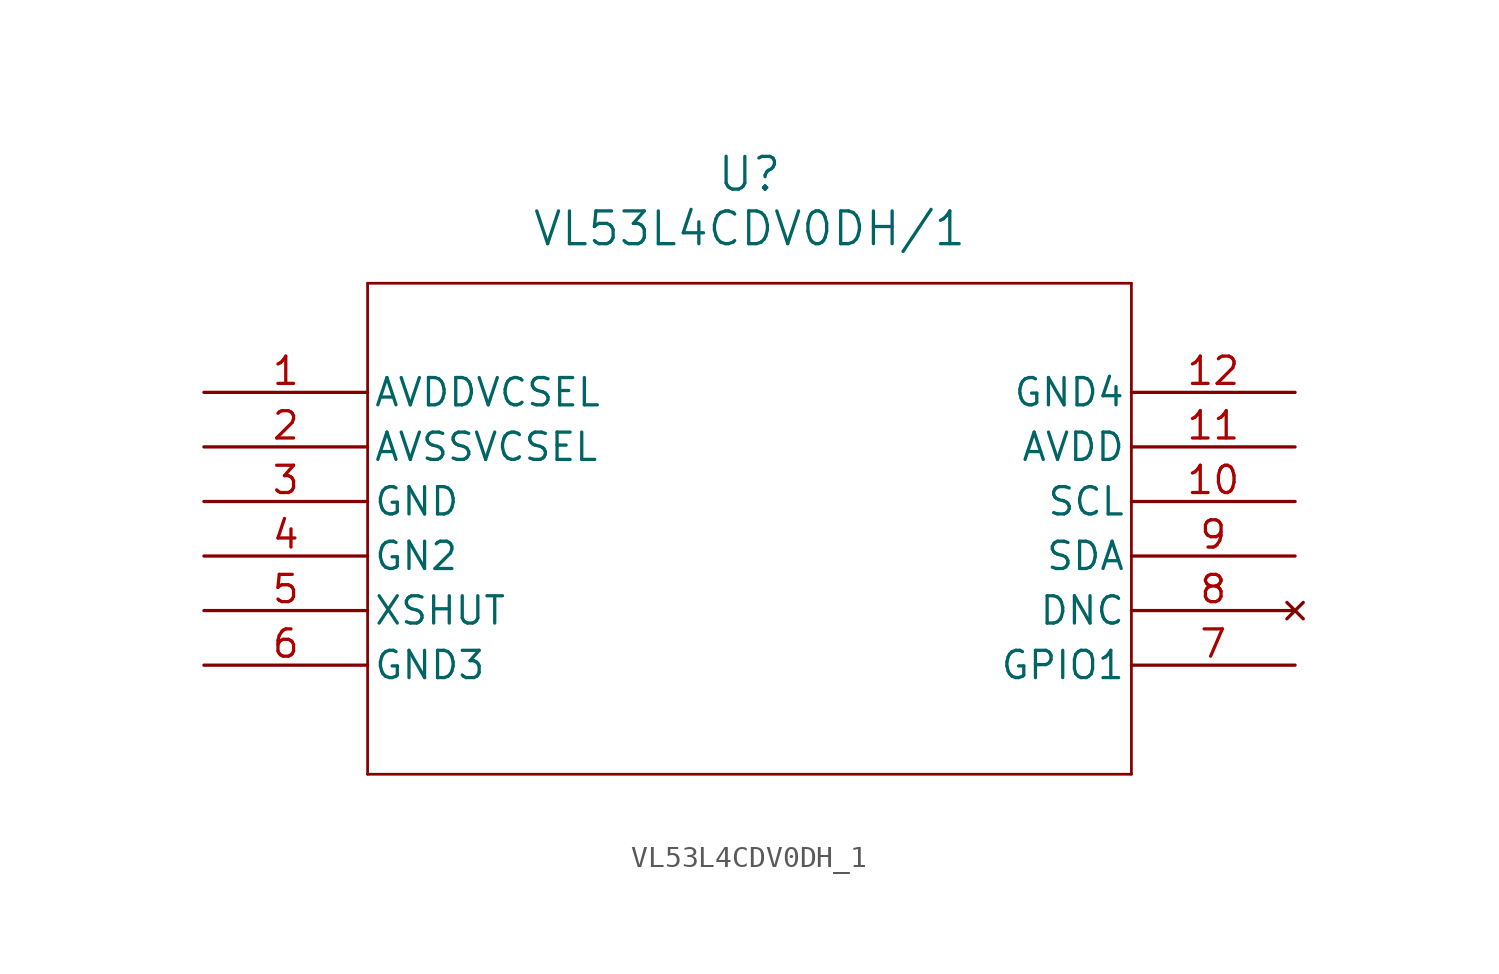
<source format=kicad_sym>
(kicad_symbol_lib
  (version 20211014)
  (generator kicad_symbol_editor)
  (symbol "VL53L4CDV0DH_1"
    (pin_names
      (offset 0.254))
    (property "Reference" "U"
      (at 25.4 10.16 0)
      (effects (font (size 1.524 1.524))))
    (property "Value" "VL53L4CDV0DH/1"
      (at 25.4 7.62 0)
      (effects (font (size 1.524 1.524))))
    (symbol "VL53L4CDV0DH_1_0_1"
      (polyline (pts (xy 7.62 5.08) (xy 7.62 -17.78)) (stroke (width 0.127) (type default) (color 0 0 0 0)) (fill (type none)))
      (polyline (pts (xy 7.62 -17.78) (xy 43.18 -17.78)) (stroke (width 0.127) (type default) (color 0 0 0 0)) (fill (type none)))
      (polyline (pts (xy 43.18 -17.78) (xy 43.18 5.08)) (stroke (width 0.127) (type default) (color 0 0 0 0)) (fill (type none)))
      (polyline (pts (xy 43.18 5.08) (xy 7.62 5.08)) (stroke (width 0.127) (type default) (color 0 0 0 0)) (fill (type none)))
      (pin power_in line (at 0 0 0) (length 7.62) (name "AVDDVCSEL" (effects (font (size 1.27 1.27)))) (number "1" (effects (font (size 1.27 1.27)))))
      (pin power_out line (at 0 -2.54 0) (length 7.62) (name "AVSSVCSEL" (effects (font (size 1.27 1.27)))) (number "2" (effects (font (size 1.27 1.27)))))
      (pin power_out line (at 0 -5.08 0) (length 7.62) (name "GND" (effects (font (size 1.27 1.27)))) (number "3" (effects (font (size 1.27 1.27)))))
      (pin power_out line (at 0 -7.62 0) (length 7.62) (name "GN2" (effects (font (size 1.27 1.27)))) (number "4" (effects (font (size 1.27 1.27)))))
      (pin unspecified line (at 0 -10.16 0) (length 7.62) (name "XSHUT" (effects (font (size 1.27 1.27)))) (number "5" (effects (font (size 1.27 1.27)))))
      (pin power_out line (at 0 -12.7 0) (length 7.62) (name "GND3" (effects (font (size 1.27 1.27)))) (number "6" (effects (font (size 1.27 1.27)))))
      (pin bidirectional line (at 50.8 -12.7 180) (length 7.62) (name "GPIO1" (effects (font (size 1.27 1.27)))) (number "7" (effects (font (size 1.27 1.27)))))
      (pin no_connect line (at 50.8 -10.16 180) (length 7.62) (name "DNC" (effects (font (size 1.27 1.27)))) (number "8" (effects (font (size 1.27 1.27)))))
      (pin bidirectional line (at 50.8 -7.62 180) (length 7.62) (name "SDA" (effects (font (size 1.27 1.27)))) (number "9" (effects (font (size 1.27 1.27)))))
      (pin bidirectional line (at 50.8 -5.08 180) (length 7.62) (name "SCL" (effects (font (size 1.27 1.27)))) (number "10" (effects (font (size 1.27 1.27)))))
      (pin power_in line (at 50.8 -2.54 180) (length 7.62) (name "AVDD" (effects (font (size 1.27 1.27)))) (number "11" (effects (font (size 1.27 1.27)))))
      (pin power_out line (at 50.8 0 180) (length 7.62) (name "GND4" (effects (font (size 1.27 1.27)))) (number "12" (effects (font (size 1.27 1.27))))))))
</source>
